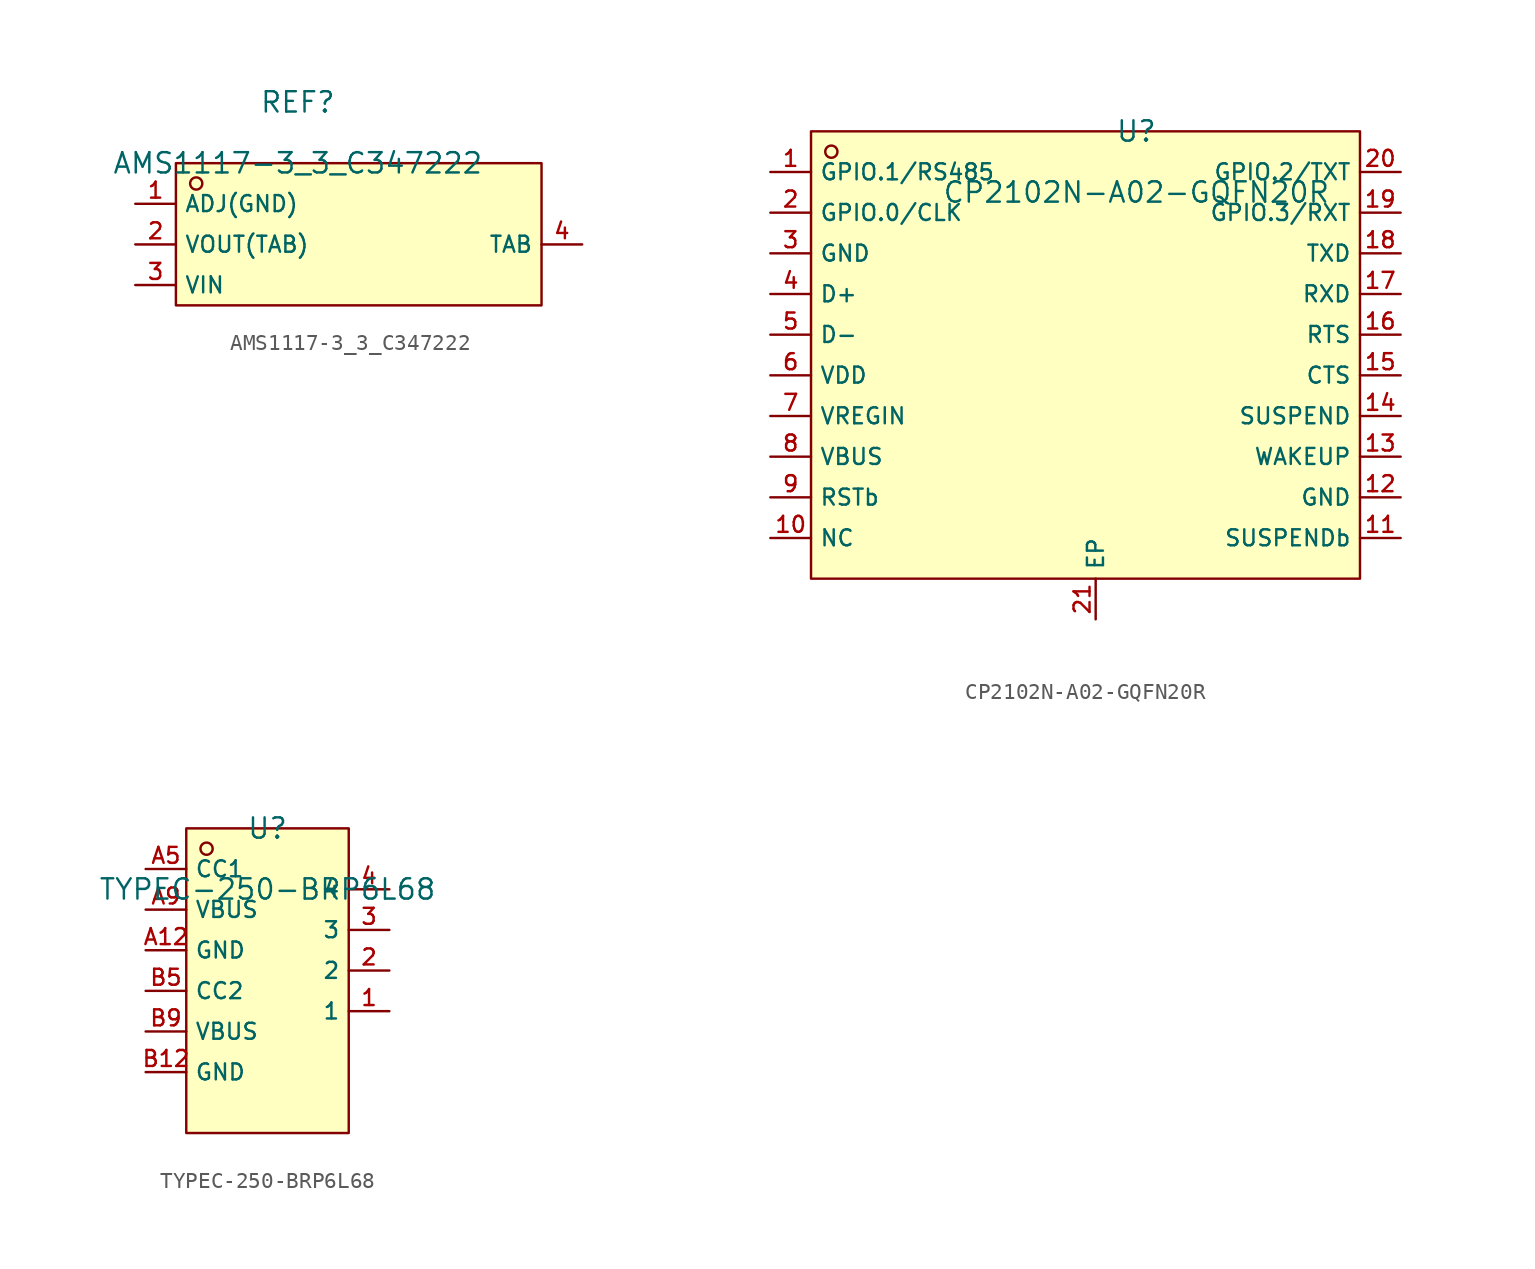
<source format=kicad_sym>
(kicad_symbol_lib
  (version 20210201)
  (generator TousstNicolas/JLC2KiCad_lib)
  (symbol "AMS1117-3_3_C347222"
    (property "Reference" "REF"
      (at 0 1.27 0)
      (effects (font (size 1.27 1.27))))
    (property "Value" "AMS1117-3_3_C347222"
      (at 0 -2.54 0)
      (effects (font (size 1.27 1.27))))
    (symbol "AMS1117-3_3_C347222_0_0"
      (rectangle (start -7.62 -2.54) (end 15.24 -11.43) (stroke (width 0) (type default) (color 0 0 0 0)) (fill (type background)))
      (circle (center -6.35 -3.81) (radius 0.381) (stroke (width 0) (type default) (color 0 0 0 0)) (fill (type background)))
      (pin unspecified line (at -10.16 -5.08 0) (length 2.54) (name "ADJ(GND)" (effects (font (size 1 1)))) (number "1" (effects (font (size 1 1)))))
      (pin unspecified line (at -10.16 -7.62 0) (length 2.54) (name "VOUT(TAB)" (effects (font (size 1 1)))) (number "2" (effects (font (size 1 1)))))
      (pin unspecified line (at -10.16 -10.16 0) (length 2.54) (name "VIN" (effects (font (size 1 1)))) (number "3" (effects (font (size 1 1)))))
      (pin unspecified line (at 17.78 -7.62 180) (length 2.54) (name "TAB" (effects (font (size 1 1)))) (number "4" (effects (font (size 1 1)))))))
  (symbol "CP2102N-A02-GQFN20R"
    (property "Reference" "U"
      (at 0 1.27 0)
      (effects (font (size 1.27 1.27))))
    (property "Value" "CP2102N-A02-GQFN20R"
      (at 0 -2.54 0)
      (effects (font (size 1.27 1.27))))
    (symbol "CP2102N-A02-GQFN20R_0_0"
      (rectangle (start -20.32 1.27) (end 13.97 -26.67) (stroke (width 0) (type default) (color 0 0 0 0)) (fill (type background)))
      (circle (center -19.05 0.0) (radius 0.381) (stroke (width 0) (type default) (color 0 0 0 0)) (fill (type background)))
      (pin unspecified line (at -22.86 -1.27 0) (length 2.54) (name "GPIO.1/RS485" (effects (font (size 1 1)))) (number "1" (effects (font (size 1 1)))))
      (pin unspecified line (at -22.86 -3.81 0) (length 2.54) (name "GPIO.0/CLK" (effects (font (size 1 1)))) (number "2" (effects (font (size 1 1)))))
      (pin unspecified line (at -22.86 -6.35 0) (length 2.54) (name "GND" (effects (font (size 1 1)))) (number "3" (effects (font (size 1 1)))))
      (pin unspecified line (at -22.86 -8.89 0) (length 2.54) (name "D+" (effects (font (size 1 1)))) (number "4" (effects (font (size 1 1)))))
      (pin unspecified line (at -22.86 -11.43 0) (length 2.54) (name "D-" (effects (font (size 1 1)))) (number "5" (effects (font (size 1 1)))))
      (pin unspecified line (at -22.86 -13.97 0) (length 2.54) (name "VDD" (effects (font (size 1 1)))) (number "6" (effects (font (size 1 1)))))
      (pin unspecified line (at -22.86 -16.51 0) (length 2.54) (name "VREGIN" (effects (font (size 1 1)))) (number "7" (effects (font (size 1 1)))))
      (pin unspecified line (at -22.86 -19.05 0) (length 2.54) (name "VBUS" (effects (font (size 1 1)))) (number "8" (effects (font (size 1 1)))))
      (pin unspecified line (at -22.86 -21.59 0) (length 2.54) (name "RSTb" (effects (font (size 1 1)))) (number "9" (effects (font (size 1 1)))))
      (pin unspecified line (at -22.86 -24.13 0) (length 2.54) (name "NC" (effects (font (size 1 1)))) (number "10" (effects (font (size 1 1)))))
      (pin unspecified line (at 16.51 -24.13 180) (length 2.54) (name "SUSPENDb" (effects (font (size 1 1)))) (number "11" (effects (font (size 1 1)))))
      (pin unspecified line (at 16.51 -21.59 180) (length 2.54) (name "GND" (effects (font (size 1 1)))) (number "12" (effects (font (size 1 1)))))
      (pin unspecified line (at 16.51 -19.05 180) (length 2.54) (name "WAKEUP" (effects (font (size 1 1)))) (number "13" (effects (font (size 1 1)))))
      (pin unspecified line (at 16.51 -16.51 180) (length 2.54) (name "SUSPEND" (effects (font (size 1 1)))) (number "14" (effects (font (size 1 1)))))
      (pin unspecified line (at 16.51 -13.97 180) (length 2.54) (name "CTS" (effects (font (size 1 1)))) (number "15" (effects (font (size 1 1)))))
      (pin unspecified line (at 16.51 -11.43 180) (length 2.54) (name "RTS" (effects (font (size 1 1)))) (number "16" (effects (font (size 1 1)))))
      (pin unspecified line (at 16.51 -8.89 180) (length 2.54) (name "RXD" (effects (font (size 1 1)))) (number "17" (effects (font (size 1 1)))))
      (pin unspecified line (at 16.51 -6.35 180) (length 2.54) (name "TXD" (effects (font (size 1 1)))) (number "18" (effects (font (size 1 1)))))
      (pin unspecified line (at 16.51 -3.81 180) (length 2.54) (name "GPIO.3/RXT" (effects (font (size 1 1)))) (number "19" (effects (font (size 1 1)))))
      (pin unspecified line (at 16.51 -1.27 180) (length 2.54) (name "GPIO.2/TXT" (effects (font (size 1 1)))) (number "20" (effects (font (size 1 1)))))
      (pin unspecified line (at -2.54 -29.21 90) (length 2.54) (name "EP" (effects (font (size 1 1)))) (number "21" (effects (font (size 1 1)))))))
  (symbol "TYPEC-250-BRP6L68"
    (property "Reference" "U"
      (at 0 1.27 0)
      (effects (font (size 1.27 1.27))))
    (property "Value" "TYPEC-250-BRP6L68"
      (at 0 -2.54 0)
      (effects (font (size 1.27 1.27))))
    (symbol "TYPEC-250-BRP6L68_0_0"
      (rectangle (start -5.08 1.27) (end 5.08 -17.78) (stroke (width 0) (type default) (color 0 0 0 0)) (fill (type background)))
      (circle (center -3.81 0.0) (radius 0.381) (stroke (width 0) (type default) (color 0 0 0 0)) (fill (type background)))
      (pin unspecified line (at -7.62 -1.27 0) (length 2.54) (name "CC1" (effects (font (size 1 1)))) (number "A5" (effects (font (size 1 1)))))
      (pin unspecified line (at -7.62 -3.81 0) (length 2.54) (name "VBUS" (effects (font (size 1 1)))) (number "A9" (effects (font (size 1 1)))))
      (pin unspecified line (at -7.62 -6.35 0) (length 2.54) (name "GND" (effects (font (size 1 1)))) (number "A12" (effects (font (size 1 1)))))
      (pin unspecified line (at -7.62 -8.89 0) (length 2.54) (name "CC2" (effects (font (size 1 1)))) (number "B5" (effects (font (size 1 1)))))
      (pin unspecified line (at -7.62 -11.43 0) (length 2.54) (name "VBUS" (effects (font (size 1 1)))) (number "B9" (effects (font (size 1 1)))))
      (pin unspecified line (at -7.62 -13.97 0) (length 2.54) (name "GND" (effects (font (size 1 1)))) (number "B12" (effects (font (size 1 1)))))
      (pin unspecified line (at 7.62 -10.16 180) (length 2.54) (name "1" (effects (font (size 1 1)))) (number "1" (effects (font (size 1 1)))))
      (pin unspecified line (at 7.62 -7.62 180) (length 2.54) (name "2" (effects (font (size 1 1)))) (number "2" (effects (font (size 1 1)))))
      (pin unspecified line (at 7.62 -5.08 180) (length 2.54) (name "3" (effects (font (size 1 1)))) (number "3" (effects (font (size 1 1)))))
      (pin unspecified line (at 7.62 -2.54 180) (length 2.54) (name "4" (effects (font (size 1 1)))) (number "4" (effects (font (size 1 1))))))))
</source>
